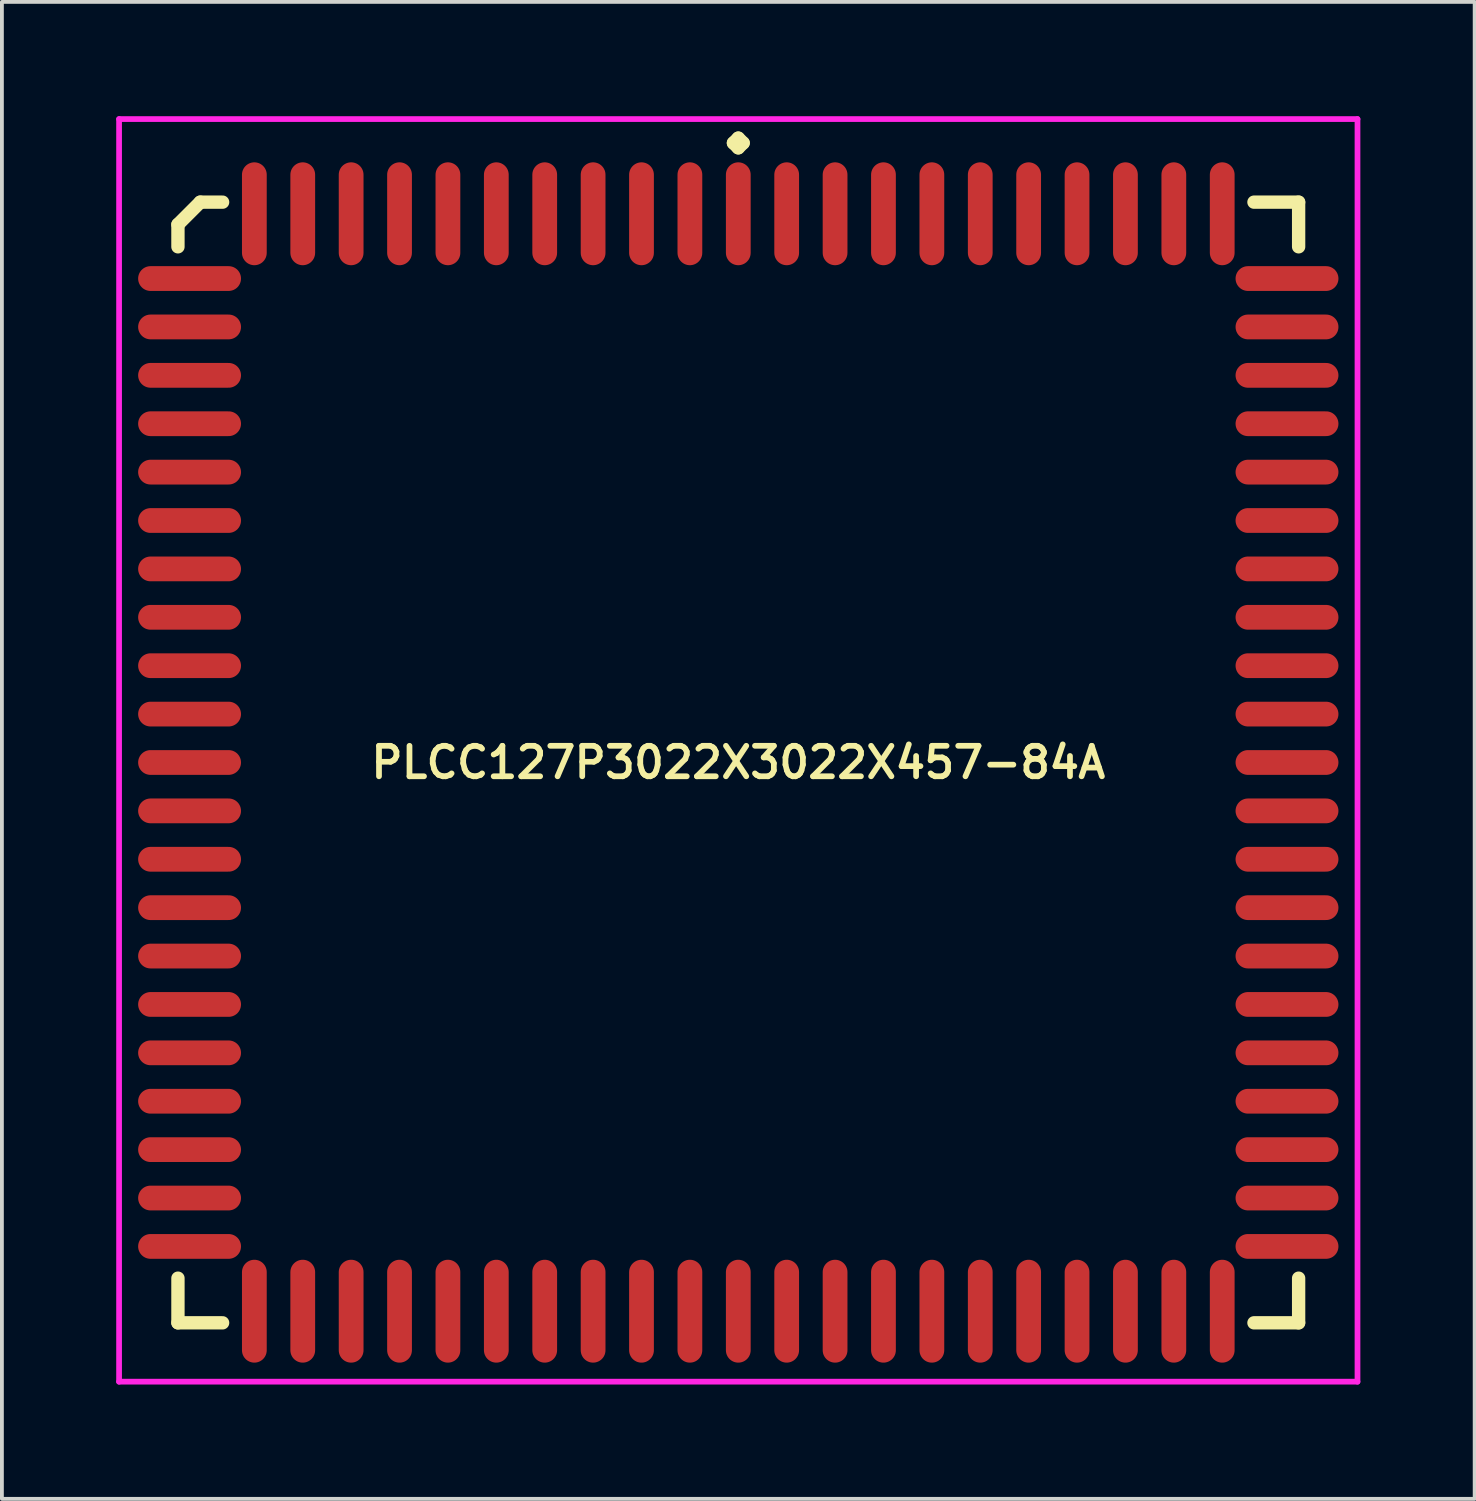
<source format=kicad_pcb>
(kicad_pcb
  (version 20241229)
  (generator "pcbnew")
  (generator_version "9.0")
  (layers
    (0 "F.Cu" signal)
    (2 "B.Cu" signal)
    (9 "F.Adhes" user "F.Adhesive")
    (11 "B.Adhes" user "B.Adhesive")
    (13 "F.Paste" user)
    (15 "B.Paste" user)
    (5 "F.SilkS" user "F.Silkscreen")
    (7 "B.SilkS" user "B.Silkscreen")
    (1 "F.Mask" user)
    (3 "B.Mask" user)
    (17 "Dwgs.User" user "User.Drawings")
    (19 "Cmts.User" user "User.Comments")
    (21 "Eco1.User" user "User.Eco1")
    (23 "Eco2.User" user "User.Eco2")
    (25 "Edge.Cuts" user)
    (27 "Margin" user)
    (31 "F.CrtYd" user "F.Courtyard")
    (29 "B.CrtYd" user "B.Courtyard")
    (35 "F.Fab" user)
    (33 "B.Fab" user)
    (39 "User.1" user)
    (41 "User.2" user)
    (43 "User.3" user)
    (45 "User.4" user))
  (footprint "PLCC127P3022X3022X457-84A"
    (layer "F.Cu")
    (at 16.325 16.96)
    (property "Reference" "PLCC127P3022X3022X457-84A" (at 0 0 0) (layer "F.SilkS") (effects (font (size 0.8 0.8) (thickness 0.15))))
    (attr smd)
    (fp_line (start -14.705 -14.119) (end -14.119 -14.705) (stroke (width 0.35) (type solid)) (layer "F.SilkS"))
    (fp_line (start -14.705 -13.533) (end -14.705 -14.119) (stroke (width 0.35) (type solid)) (layer "F.SilkS"))
    (fp_line (start -14.705 13.533) (end -14.705 14.705) (stroke (width 0.35) (type solid)) (layer "F.SilkS"))
    (fp_line (start -14.705 14.705) (end -13.533 14.705) (stroke (width 0.35) (type solid)) (layer "F.SilkS"))
    (fp_line (start -14.119 -14.705) (end -13.533 -14.705) (stroke (width 0.35) (type solid)) (layer "F.SilkS"))
    (fp_line (start -0.127 -16.258) (end 0 -16.385) (stroke (width 0.35) (type solid)) (layer "F.SilkS"))
    (fp_line (start 0 -16.385) (end 0.127 -16.258) (stroke (width 0.35) (type solid)) (layer "F.SilkS"))
    (fp_line (start 0 -16.131) (end -0.127 -16.258) (stroke (width 0.35) (type solid)) (layer "F.SilkS"))
    (fp_line (start 0.127 -16.258) (end 0 -16.131) (stroke (width 0.35) (type solid)) (layer "F.SilkS"))
    (fp_line (start 14.705 -14.705) (end 13.533 -14.705) (stroke (width 0.35) (type solid)) (layer "F.SilkS"))
    (fp_line (start 14.705 -13.533) (end 14.705 -14.705) (stroke (width 0.35) (type solid)) (layer "F.SilkS"))
    (fp_line (start 14.705 13.533) (end 14.705 14.705) (stroke (width 0.35) (type solid)) (layer "F.SilkS"))
    (fp_line (start 14.705 14.705) (end 13.533 14.705) (stroke (width 0.35) (type solid)) (layer "F.SilkS"))
    (fp_line (start -16.25 -16.885) (end 16.25 -16.885) (stroke (width 0.15) (type solid)) (layer "F.CrtYd"))
    (fp_line (start -16.25 16.25) (end -16.25 -16.885) (stroke (width 0.15) (type solid)) (layer "F.CrtYd"))
    (fp_line (start 16.25 -16.885) (end 16.25 16.25) (stroke (width 0.15) (type solid)) (layer "F.CrtYd"))
    (fp_line (start 16.25 16.25) (end -16.25 16.25) (stroke (width 0.15) (type solid)) (layer "F.CrtYd"))
    (pad "1" smd oval (at 0 -14.4) (size 0.65 2.7) (layers "F.Cu" "F.Mask" "F.Paste"))
    (pad "2" smd oval (at -1.27 -14.4) (size 0.65 2.7) (layers "F.Cu" "F.Mask" "F.Paste"))
    (pad "3" smd oval (at -2.54 -14.4) (size 0.65 2.7) (layers "F.Cu" "F.Mask" "F.Paste"))
    (pad "4" smd oval (at -3.81 -14.4) (size 0.65 2.7) (layers "F.Cu" "F.Mask" "F.Paste"))
    (pad "5" smd oval (at -5.08 -14.4) (size 0.65 2.7) (layers "F.Cu" "F.Mask" "F.Paste"))
    (pad "6" smd oval (at -6.35 -14.4) (size 0.65 2.7) (layers "F.Cu" "F.Mask" "F.Paste"))
    (pad "7" smd oval (at -7.62 -14.4) (size 0.65 2.7) (layers "F.Cu" "F.Mask" "F.Paste"))
    (pad "8" smd oval (at -8.89 -14.4) (size 0.65 2.7) (layers "F.Cu" "F.Mask" "F.Paste"))
    (pad "9" smd oval (at -10.16 -14.4) (size 0.65 2.7) (layers "F.Cu" "F.Mask" "F.Paste"))
    (pad "10" smd oval (at -11.43 -14.4) (size 0.65 2.7) (layers "F.Cu" "F.Mask" "F.Paste"))
    (pad "11" smd oval (at -12.7 -14.4) (size 0.65 2.7) (layers "F.Cu" "F.Mask" "F.Paste"))
    (pad "12" smd oval (at -14.4 -12.7) (size 2.7 0.65) (layers "F.Cu" "F.Mask" "F.Paste"))
    (pad "13" smd oval (at -14.4 -11.43) (size 2.7 0.65) (layers "F.Cu" "F.Mask" "F.Paste"))
    (pad "14" smd oval (at -14.4 -10.16) (size 2.7 0.65) (layers "F.Cu" "F.Mask" "F.Paste"))
    (pad "15" smd oval (at -14.4 -8.89) (size 2.7 0.65) (layers "F.Cu" "F.Mask" "F.Paste"))
    (pad "16" smd oval (at -14.4 -7.62) (size 2.7 0.65) (layers "F.Cu" "F.Mask" "F.Paste"))
    (pad "17" smd oval (at -14.4 -6.35) (size 2.7 0.65) (layers "F.Cu" "F.Mask" "F.Paste"))
    (pad "18" smd oval (at -14.4 -5.08) (size 2.7 0.65) (layers "F.Cu" "F.Mask" "F.Paste"))
    (pad "19" smd oval (at -14.4 -3.81) (size 2.7 0.65) (layers "F.Cu" "F.Mask" "F.Paste"))
    (pad "20" smd oval (at -14.4 -2.54) (size 2.7 0.65) (layers "F.Cu" "F.Mask" "F.Paste"))
    (pad "21" smd oval (at -14.4 -1.27) (size 2.7 0.65) (layers "F.Cu" "F.Mask" "F.Paste"))
    (pad "22" smd oval (at -14.4 0) (size 2.7 0.65) (layers "F.Cu" "F.Mask" "F.Paste"))
    (pad "23" smd oval (at -14.4 1.27) (size 2.7 0.65) (layers "F.Cu" "F.Mask" "F.Paste"))
    (pad "24" smd oval (at -14.4 2.54) (size 2.7 0.65) (layers "F.Cu" "F.Mask" "F.Paste"))
    (pad "25" smd oval (at -14.4 3.81) (size 2.7 0.65) (layers "F.Cu" "F.Mask" "F.Paste"))
    (pad "26" smd oval (at -14.4 5.08) (size 2.7 0.65) (layers "F.Cu" "F.Mask" "F.Paste"))
    (pad "27" smd oval (at -14.4 6.35) (size 2.7 0.65) (layers "F.Cu" "F.Mask" "F.Paste"))
    (pad "28" smd oval (at -14.4 7.62) (size 2.7 0.65) (layers "F.Cu" "F.Mask" "F.Paste"))
    (pad "29" smd oval (at -14.4 8.89) (size 2.7 0.65) (layers "F.Cu" "F.Mask" "F.Paste"))
    (pad "30" smd oval (at -14.4 10.16) (size 2.7 0.65) (layers "F.Cu" "F.Mask" "F.Paste"))
    (pad "31" smd oval (at -14.4 11.43) (size 2.7 0.65) (layers "F.Cu" "F.Mask" "F.Paste"))
    (pad "32" smd oval (at -14.4 12.7) (size 2.7 0.65) (layers "F.Cu" "F.Mask" "F.Paste"))
    (pad "33" smd oval (at -12.7 14.4) (size 0.65 2.7) (layers "F.Cu" "F.Mask" "F.Paste"))
    (pad "34" smd oval (at -11.43 14.4) (size 0.65 2.7) (layers "F.Cu" "F.Mask" "F.Paste"))
    (pad "35" smd oval (at -10.16 14.4) (size 0.65 2.7) (layers "F.Cu" "F.Mask" "F.Paste"))
    (pad "36" smd oval (at -8.89 14.4) (size 0.65 2.7) (layers "F.Cu" "F.Mask" "F.Paste"))
    (pad "37" smd oval (at -7.62 14.4) (size 0.65 2.7) (layers "F.Cu" "F.Mask" "F.Paste"))
    (pad "38" smd oval (at -6.35 14.4) (size 0.65 2.7) (layers "F.Cu" "F.Mask" "F.Paste"))
    (pad "39" smd oval (at -5.08 14.4) (size 0.65 2.7) (layers "F.Cu" "F.Mask" "F.Paste"))
    (pad "40" smd oval (at -3.81 14.4) (size 0.65 2.7) (layers "F.Cu" "F.Mask" "F.Paste"))
    (pad "41" smd oval (at -2.54 14.4) (size 0.65 2.7) (layers "F.Cu" "F.Mask" "F.Paste"))
    (pad "42" smd oval (at -1.27 14.4) (size 0.65 2.7) (layers "F.Cu" "F.Mask" "F.Paste"))
    (pad "43" smd oval (at 0 14.4) (size 0.65 2.7) (layers "F.Cu" "F.Mask" "F.Paste"))
    (pad "44" smd oval (at 1.27 14.4) (size 0.65 2.7) (layers "F.Cu" "F.Mask" "F.Paste"))
    (pad "45" smd oval (at 2.54 14.4) (size 0.65 2.7) (layers "F.Cu" "F.Mask" "F.Paste"))
    (pad "46" smd oval (at 3.81 14.4) (size 0.65 2.7) (layers "F.Cu" "F.Mask" "F.Paste"))
    (pad "47" smd oval (at 5.08 14.4) (size 0.65 2.7) (layers "F.Cu" "F.Mask" "F.Paste"))
    (pad "48" smd oval (at 6.35 14.4) (size 0.65 2.7) (layers "F.Cu" "F.Mask" "F.Paste"))
    (pad "49" smd oval (at 7.62 14.4) (size 0.65 2.7) (layers "F.Cu" "F.Mask" "F.Paste"))
    (pad "50" smd oval (at 8.89 14.4) (size 0.65 2.7) (layers "F.Cu" "F.Mask" "F.Paste"))
    (pad "51" smd oval (at 10.16 14.4) (size 0.65 2.7) (layers "F.Cu" "F.Mask" "F.Paste"))
    (pad "52" smd oval (at 11.43 14.4) (size 0.65 2.7) (layers "F.Cu" "F.Mask" "F.Paste"))
    (pad "53" smd oval (at 12.7 14.4) (size 0.65 2.7) (layers "F.Cu" "F.Mask" "F.Paste"))
    (pad "54" smd oval (at 14.4 12.7) (size 2.7 0.65) (layers "F.Cu" "F.Mask" "F.Paste"))
    (pad "55" smd oval (at 14.4 11.43) (size 2.7 0.65) (layers "F.Cu" "F.Mask" "F.Paste"))
    (pad "56" smd oval (at 14.4 10.16) (size 2.7 0.65) (layers "F.Cu" "F.Mask" "F.Paste"))
    (pad "57" smd oval (at 14.4 8.89) (size 2.7 0.65) (layers "F.Cu" "F.Mask" "F.Paste"))
    (pad "58" smd oval (at 14.4 7.62) (size 2.7 0.65) (layers "F.Cu" "F.Mask" "F.Paste"))
    (pad "59" smd oval (at 14.4 6.35) (size 2.7 0.65) (layers "F.Cu" "F.Mask" "F.Paste"))
    (pad "60" smd oval (at 14.4 5.08) (size 2.7 0.65) (layers "F.Cu" "F.Mask" "F.Paste"))
    (pad "61" smd oval (at 14.4 3.81) (size 2.7 0.65) (layers "F.Cu" "F.Mask" "F.Paste"))
    (pad "62" smd oval (at 14.4 2.54) (size 2.7 0.65) (layers "F.Cu" "F.Mask" "F.Paste"))
    (pad "63" smd oval (at 14.4 1.27) (size 2.7 0.65) (layers "F.Cu" "F.Mask" "F.Paste"))
    (pad "64" smd oval (at 14.4 0) (size 2.7 0.65) (layers "F.Cu" "F.Mask" "F.Paste"))
    (pad "65" smd oval (at 14.4 -1.27) (size 2.7 0.65) (layers "F.Cu" "F.Mask" "F.Paste"))
    (pad "66" smd oval (at 14.4 -2.54) (size 2.7 0.65) (layers "F.Cu" "F.Mask" "F.Paste"))
    (pad "67" smd oval (at 14.4 -3.81) (size 2.7 0.65) (layers "F.Cu" "F.Mask" "F.Paste"))
    (pad "68" smd oval (at 14.4 -5.08) (size 2.7 0.65) (layers "F.Cu" "F.Mask" "F.Paste"))
    (pad "69" smd oval (at 14.4 -6.35) (size 2.7 0.65) (layers "F.Cu" "F.Mask" "F.Paste"))
    (pad "70" smd oval (at 14.4 -7.62) (size 2.7 0.65) (layers "F.Cu" "F.Mask" "F.Paste"))
    (pad "71" smd oval (at 14.4 -8.89) (size 2.7 0.65) (layers "F.Cu" "F.Mask" "F.Paste"))
    (pad "72" smd oval (at 14.4 -10.16) (size 2.7 0.65) (layers "F.Cu" "F.Mask" "F.Paste"))
    (pad "73" smd oval (at 14.4 -11.43) (size 2.7 0.65) (layers "F.Cu" "F.Mask" "F.Paste"))
    (pad "74" smd oval (at 14.4 -12.7) (size 2.7 0.65) (layers "F.Cu" "F.Mask" "F.Paste"))
    (pad "75" smd oval (at 12.7 -14.4) (size 0.65 2.7) (layers "F.Cu" "F.Mask" "F.Paste"))
    (pad "76" smd oval (at 11.43 -14.4) (size 0.65 2.7) (layers "F.Cu" "F.Mask" "F.Paste"))
    (pad "77" smd oval (at 10.16 -14.4) (size 0.65 2.7) (layers "F.Cu" "F.Mask" "F.Paste"))
    (pad "78" smd oval (at 8.89 -14.4) (size 0.65 2.7) (layers "F.Cu" "F.Mask" "F.Paste"))
    (pad "79" smd oval (at 7.62 -14.4) (size 0.65 2.7) (layers "F.Cu" "F.Mask" "F.Paste"))
    (pad "80" smd oval (at 6.35 -14.4) (size 0.65 2.7) (layers "F.Cu" "F.Mask" "F.Paste"))
    (pad "81" smd oval (at 5.08 -14.4) (size 0.65 2.7) (layers "F.Cu" "F.Mask" "F.Paste"))
    (pad "82" smd oval (at 3.81 -14.4) (size 0.65 2.7) (layers "F.Cu" "F.Mask" "F.Paste"))
    (pad "83" smd oval (at 2.54 -14.4) (size 0.65 2.7) (layers "F.Cu" "F.Mask" "F.Paste"))
    (pad "84" smd oval (at 1.27 -14.4) (size 0.65 2.7) (layers "F.Cu" "F.Mask" "F.Paste")))
  (gr_rect
    (start -3 -3)
    (end 35.65 36.285)
    (stroke (width 0.1) (type default))
    (fill no)
    (layer "Edge.Cuts")))
</source>
